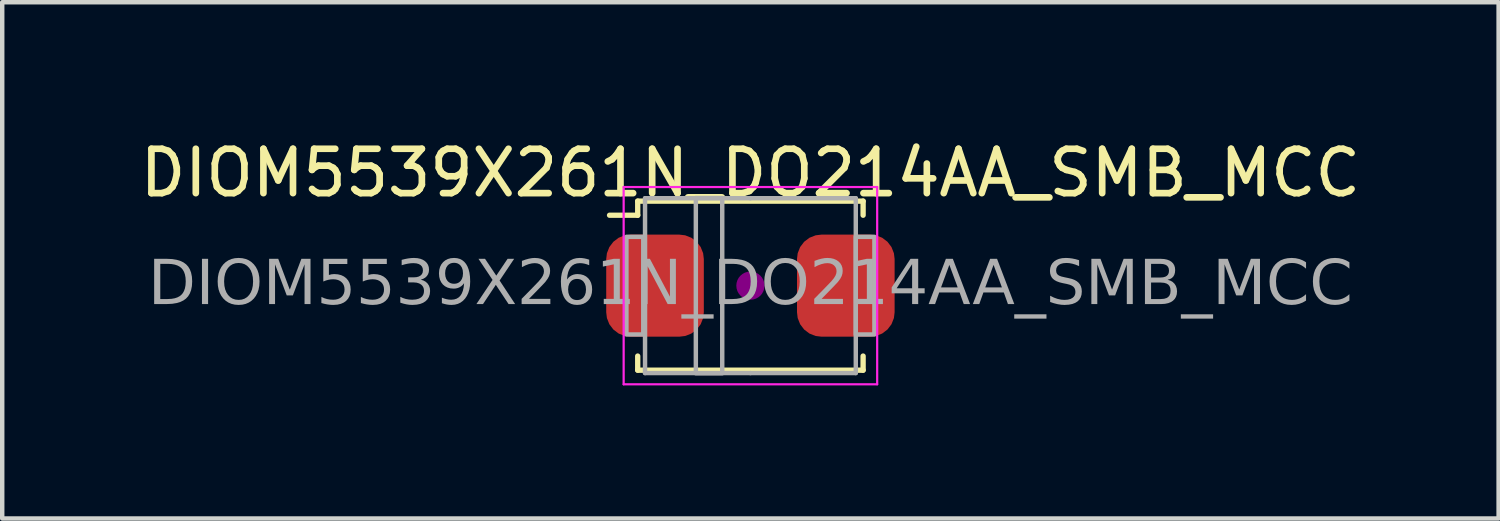
<source format=kicad_pcb>
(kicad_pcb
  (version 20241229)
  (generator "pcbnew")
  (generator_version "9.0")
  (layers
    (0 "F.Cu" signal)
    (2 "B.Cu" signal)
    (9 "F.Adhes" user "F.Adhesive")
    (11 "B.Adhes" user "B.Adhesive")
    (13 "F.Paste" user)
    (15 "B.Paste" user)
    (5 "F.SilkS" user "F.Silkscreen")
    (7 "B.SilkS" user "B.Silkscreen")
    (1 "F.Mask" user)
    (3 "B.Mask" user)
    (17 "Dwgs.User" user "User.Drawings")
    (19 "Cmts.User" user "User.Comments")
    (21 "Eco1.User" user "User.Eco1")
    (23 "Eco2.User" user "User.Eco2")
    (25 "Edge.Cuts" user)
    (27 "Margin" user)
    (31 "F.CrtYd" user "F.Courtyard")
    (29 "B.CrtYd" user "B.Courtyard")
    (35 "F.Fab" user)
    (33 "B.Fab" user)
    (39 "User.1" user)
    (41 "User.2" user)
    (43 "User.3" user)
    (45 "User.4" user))
  (footprint "DIOM5539X261N_DO214AA_SMB_MCC"
    (layer "F.Cu")
    (at 13.863 3.388)
    (property "Reference" "DIOM5539X261N_DO214AA_SMB_MCC" (at 0 -2.54 0) (layer "F.SilkS") (effects (font (size 1 1) (thickness 0.15))))
    (attr smd)
    (fp_line (start -2.54 -1.587) (end -3.175 -1.587) (stroke (width 0.12) (type solid)) (layer "F.SilkS"))
    (fp_line (start -2.54 -1.587) (end -2.54 -1.905) (stroke (width 0.12) (type solid)) (layer "F.SilkS"))
    (fp_line (start -2.54 1.587) (end -2.54 1.905) (stroke (width 0.12) (type solid)) (layer "F.SilkS"))
    (fp_line (start 2.54 -1.905) (end -2.54 -1.905) (stroke (width 0.12) (type solid)) (layer "F.SilkS"))
    (fp_line (start 2.54 -1.587) (end 2.54 -1.905) (stroke (width 0.12) (type solid)) (layer "F.SilkS"))
    (fp_line (start 2.54 1.587) (end 2.54 1.905) (stroke (width 0.12) (type solid)) (layer "F.SilkS"))
    (fp_line (start 2.54 1.905) (end -2.54 1.905) (stroke (width 0.12) (type solid)) (layer "F.SilkS"))
    (fp_circle (center 0 0) (end 0.318 0) (stroke (width 0) (type solid)) (fill yes) (layer "F.Adhes"))
    (fp_line (start -2.857 -2.223) (end -2.857 2.223) (stroke (width 0.05) (type solid)) (layer "F.CrtYd"))
    (fp_line (start -2.857 -2.223) (end 2.857 -2.223) (stroke (width 0.05) (type solid)) (layer "F.CrtYd"))
    (fp_line (start -2.857 2.223) (end 2.857 2.223) (stroke (width 0.05) (type solid)) (layer "F.CrtYd"))
    (fp_line (start 2.857 -2.223) (end 2.857 2.223) (stroke (width 0.05) (type solid)) (layer "F.CrtYd"))
    (fp_line (start -2.375 1.97) (end -2.375 -1.97) (stroke (width 0.1) (type solid)) (layer "F.Fab"))
    (fp_line (start -2.375 1.97) (end 0 1.97) (stroke (width 0.1) (type solid)) (layer "F.Fab"))
    (fp_line (start 0 -1.97) (end -2.375 -1.97) (stroke (width 0.1) (type solid)) (layer "F.Fab"))
    (fp_line (start 0 1.97) (end 2.375 1.97) (stroke (width 0.1) (type solid)) (layer "F.Fab"))
    (fp_line (start 2.375 -1.97) (end 0 -1.97) (stroke (width 0.1) (type solid)) (layer "F.Fab"))
    (fp_line (start 2.375 -1.97) (end 2.375 1.97) (stroke (width 0.1) (type solid)) (layer "F.Fab"))
    (fp_rect (start -2.795 -1.1) (end -2.415 1.1) (stroke (width 0.1) (type solid)) (fill no) (layer "F.Fab"))
    (fp_rect (start -1.23 -1.975) (end -0.635 1.975) (stroke (width 0.1) (type solid)) (fill no) (layer "F.Fab"))
    (fp_rect (start 2.375 1.1) (end 2.795 -1.1) (stroke (width 0.1) (type solid)) (fill no) (layer "F.Fab"))
    (fp_text user "${REFERENCE}" (at 0 0 0) (layer "F.Fab") (effects (font (face "Tahoma") (size 1 1) (thickness 0.15))))
    (pad "1" smd roundrect (at -2.15 0) (size 2.2 2.3) (layers "F.Cu" "F.Mask" "F.Paste") (roundrect_rratio 0.25))
    (pad "2" smd roundrect (at 2.15 0) (size 2.2 2.3) (layers "F.Cu" "F.Mask" "F.Paste") (roundrect_rratio 0.25)))
  (gr_rect
    (start -3 -3)
    (end 30.726 8.636)
    (stroke (width 0.1) (type default))
    (fill no)
    (layer "Edge.Cuts")))
</source>
